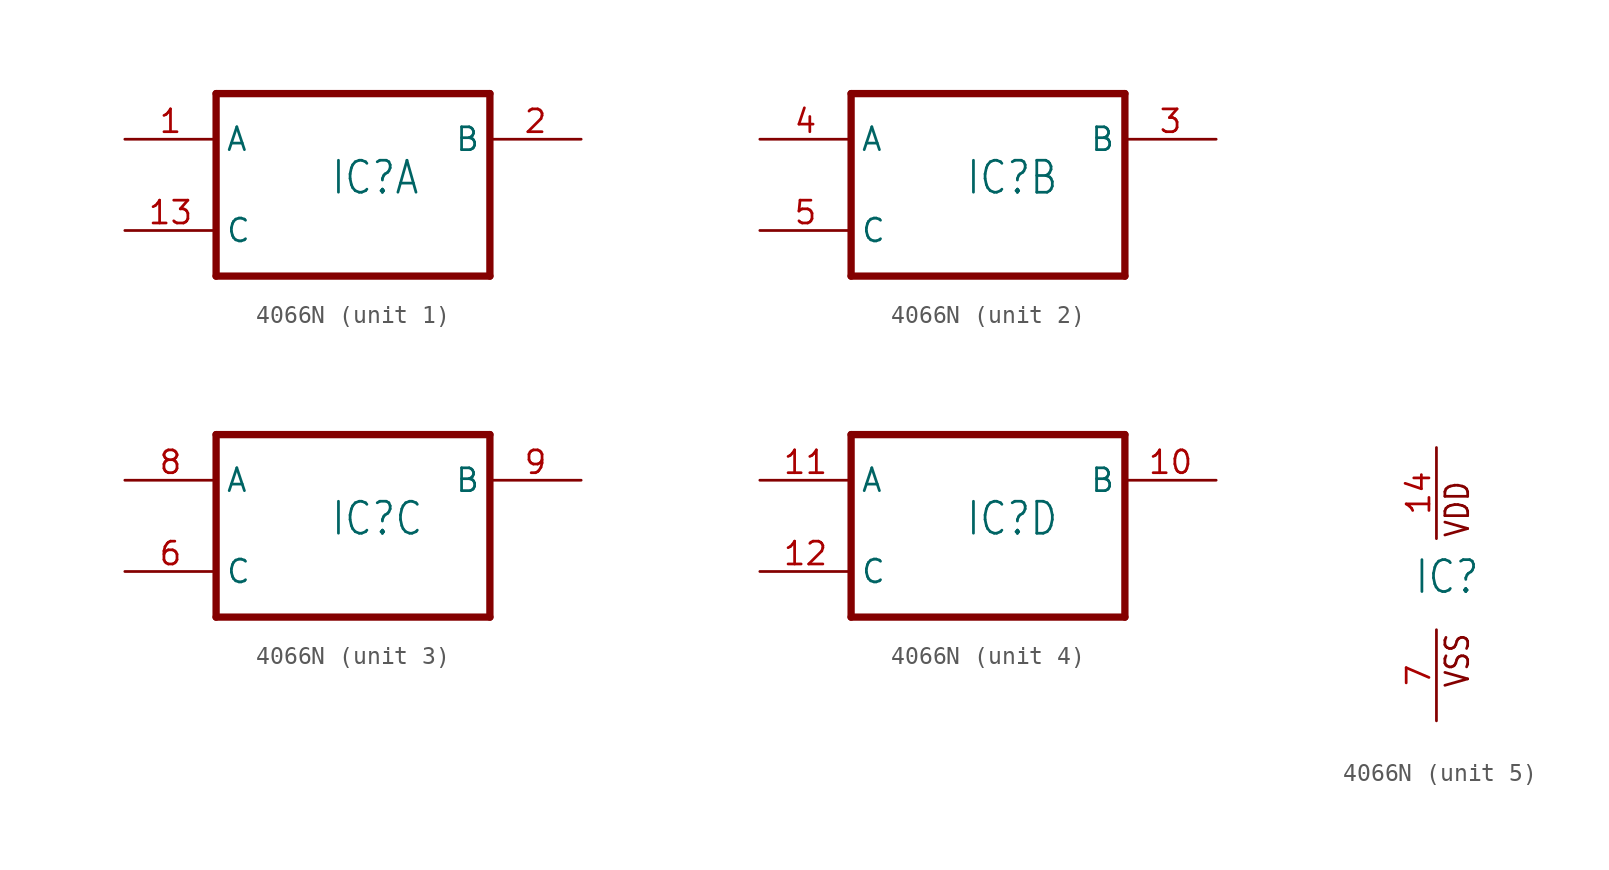
<source format=kicad_sym>
(kicad_symbol_lib
  (version 20211014)
  (generator kicad_symbol_editor)
  (symbol "4066N"
    (property "Reference" "IC"
      (at -1.27 -0.635 0)
      (effects (font (size 1.778 1.511)) (justify left bottom)))
    (property "ki_locked" ""
      (at 0 0 0)
      (effects (font (size 1.27 1.27))))
    (symbol "4066N_1_0"
      (polyline (pts (xy -7.62 -5.08) (xy 7.62 -5.08)) (stroke (width 0.406) (type default) (color 0 0 0 0)) (fill (type none)))
      (polyline (pts (xy -7.62 5.08) (xy -7.62 -5.08)) (stroke (width 0.406) (type default) (color 0 0 0 0)) (fill (type none)))
      (polyline (pts (xy 7.62 -5.08) (xy 7.62 5.08)) (stroke (width 0.406) (type default) (color 0 0 0 0)) (fill (type none)))
      (polyline (pts (xy 7.62 5.08) (xy -7.62 5.08)) (stroke (width 0.406) (type default) (color 0 0 0 0)) (fill (type none)))
      (pin tri_state line (at -12.7 2.54 0) (length 5.08) (name "A" (effects (font (size 1.27 1.27)))) (number "1" (effects (font (size 1.27 1.27)))))
      (pin input line (at -12.7 -2.54 0) (length 5.08) (name "C" (effects (font (size 1.27 1.27)))) (number "13" (effects (font (size 1.27 1.27)))))
      (pin tri_state line (at 12.7 2.54 180) (length 5.08) (name "B" (effects (font (size 1.27 1.27)))) (number "2" (effects (font (size 1.27 1.27))))))
    (symbol "4066N_2_0"
      (polyline (pts (xy -7.62 -5.08) (xy 7.62 -5.08)) (stroke (width 0.406) (type default) (color 0 0 0 0)) (fill (type none)))
      (polyline (pts (xy -7.62 5.08) (xy -7.62 -5.08)) (stroke (width 0.406) (type default) (color 0 0 0 0)) (fill (type none)))
      (polyline (pts (xy 7.62 -5.08) (xy 7.62 5.08)) (stroke (width 0.406) (type default) (color 0 0 0 0)) (fill (type none)))
      (polyline (pts (xy 7.62 5.08) (xy -7.62 5.08)) (stroke (width 0.406) (type default) (color 0 0 0 0)) (fill (type none)))
      (pin tri_state line (at 12.7 2.54 180) (length 5.08) (name "B" (effects (font (size 1.27 1.27)))) (number "3" (effects (font (size 1.27 1.27)))))
      (pin tri_state line (at -12.7 2.54 0) (length 5.08) (name "A" (effects (font (size 1.27 1.27)))) (number "4" (effects (font (size 1.27 1.27)))))
      (pin input line (at -12.7 -2.54 0) (length 5.08) (name "C" (effects (font (size 1.27 1.27)))) (number "5" (effects (font (size 1.27 1.27))))))
    (symbol "4066N_3_0"
      (polyline (pts (xy -7.62 -5.08) (xy 7.62 -5.08)) (stroke (width 0.406) (type default) (color 0 0 0 0)) (fill (type none)))
      (polyline (pts (xy -7.62 5.08) (xy -7.62 -5.08)) (stroke (width 0.406) (type default) (color 0 0 0 0)) (fill (type none)))
      (polyline (pts (xy 7.62 -5.08) (xy 7.62 5.08)) (stroke (width 0.406) (type default) (color 0 0 0 0)) (fill (type none)))
      (polyline (pts (xy 7.62 5.08) (xy -7.62 5.08)) (stroke (width 0.406) (type default) (color 0 0 0 0)) (fill (type none)))
      (pin input line (at -12.7 -2.54 0) (length 5.08) (name "C" (effects (font (size 1.27 1.27)))) (number "6" (effects (font (size 1.27 1.27)))))
      (pin tri_state line (at -12.7 2.54 0) (length 5.08) (name "A" (effects (font (size 1.27 1.27)))) (number "8" (effects (font (size 1.27 1.27)))))
      (pin tri_state line (at 12.7 2.54 180) (length 5.08) (name "B" (effects (font (size 1.27 1.27)))) (number "9" (effects (font (size 1.27 1.27))))))
    (symbol "4066N_4_0"
      (polyline (pts (xy -7.62 -5.08) (xy 7.62 -5.08)) (stroke (width 0.406) (type default) (color 0 0 0 0)) (fill (type none)))
      (polyline (pts (xy -7.62 5.08) (xy -7.62 -5.08)) (stroke (width 0.406) (type default) (color 0 0 0 0)) (fill (type none)))
      (polyline (pts (xy 7.62 -5.08) (xy 7.62 5.08)) (stroke (width 0.406) (type default) (color 0 0 0 0)) (fill (type none)))
      (polyline (pts (xy 7.62 5.08) (xy -7.62 5.08)) (stroke (width 0.406) (type default) (color 0 0 0 0)) (fill (type none)))
      (pin tri_state line (at 12.7 2.54 180) (length 5.08) (name "B" (effects (font (size 1.27 1.27)))) (number "10" (effects (font (size 1.27 1.27)))))
      (pin tri_state line (at -12.7 2.54 0) (length 5.08) (name "A" (effects (font (size 1.27 1.27)))) (number "11" (effects (font (size 1.27 1.27)))))
      (pin input line (at -12.7 -2.54 0) (length 5.08) (name "C" (effects (font (size 1.27 1.27)))) (number "12" (effects (font (size 1.27 1.27))))))
    (symbol "4066N_5_0"
      (text "VDD" (at 1.905 2.54 900) (effects (font (size 1.27 1.079)) (justify left bottom)))
      (text "VSS" (at 1.905 -5.842 900) (effects (font (size 1.27 1.079)) (justify left bottom)))
      (pin power_in line (at 0 7.62 270) (length 5.08) (name "VDD" (effects (font (size 0 0)))) (number "14" (effects (font (size 1.27 1.27)))))
      (pin power_in line (at 0 -7.62 90) (length 5.08) (name "VSS" (effects (font (size 0 0)))) (number "7" (effects (font (size 1.27 1.27))))))))
</source>
